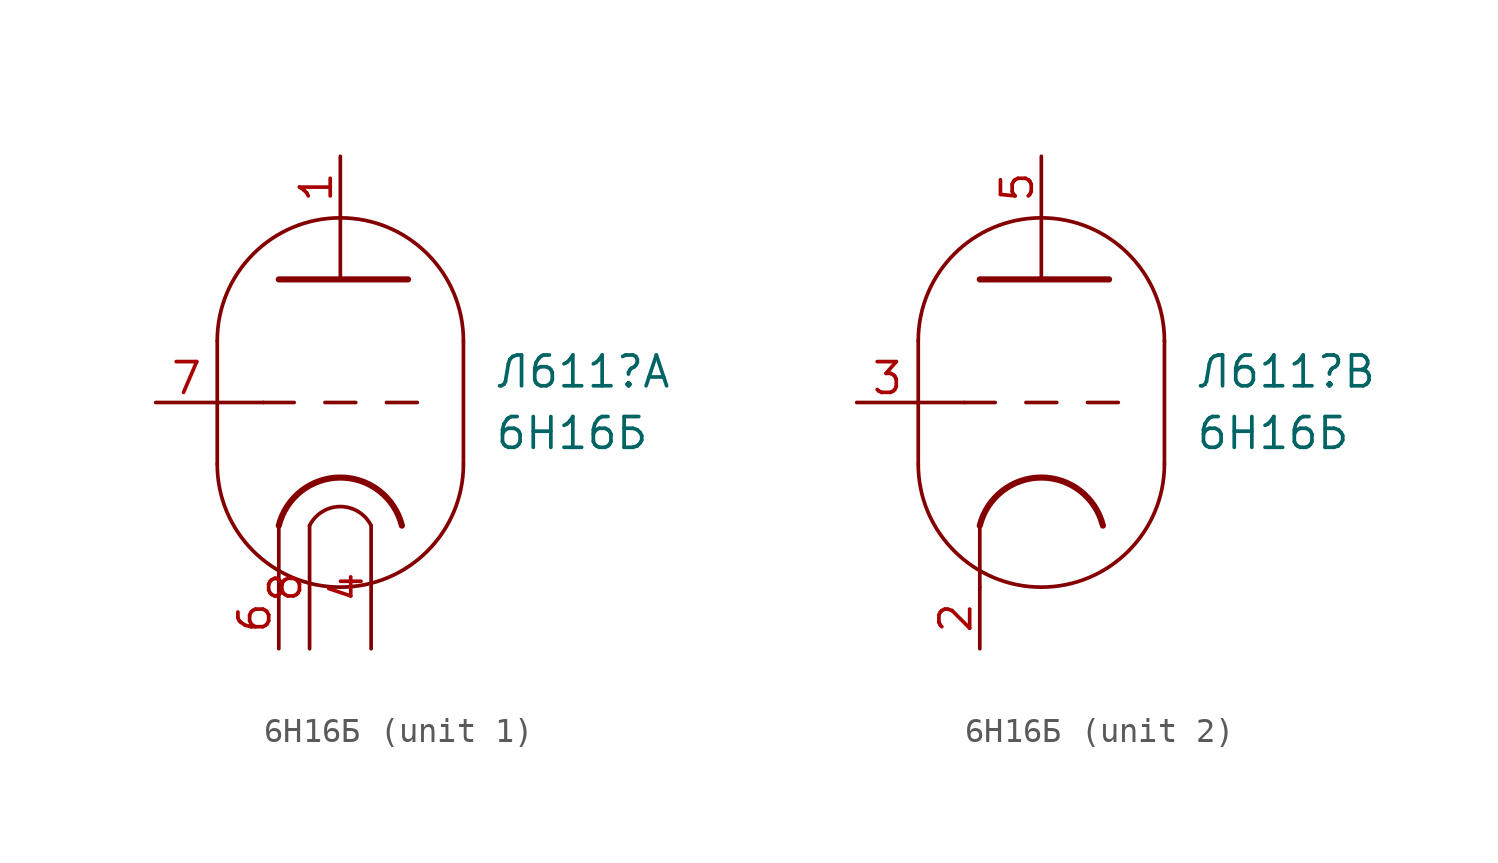
<source format=kicad_sym>
(kicad_symbol_lib
  (version 20220914)
  (generator kicad_symbol_editor)
  (symbol "6Н16Б"
    (pin_names
      (offset 0) hide)
    (property "Reference" "Л611"
      (at 6.35 1.27 0)
      (effects (font (size 1.27 1.27)) (justify left)))
    (property "Value" "6Н16Б"
      (at 6.35 -1.27 0)
      (effects (font (size 1.27 1.27)) (justify left)))
    (property "ki_locked" ""
      (at 0 0 0)
      (effects (font (size 1.27 1.27))))
    (symbol "6Н16Б_0_1"
      (arc (start -5.08 -2.54) (mid 0 -7.5979) (end 5.08 -2.54) (stroke (width 0) (type default)) (fill (type none)))
      (polyline (pts (xy 5.08 2.54) (xy 5.08 -2.54)) (stroke (width 0) (type default)) (fill (type none)))
      (polyline (pts (xy -5.08 2.54) (xy -5.08 -2.54) (xy -5.08 -2.54)) (stroke (width 0) (type default)) (fill (type none)))
      (arc (start 5.08 2.54) (mid 0 7.5979) (end -5.08 2.54) (stroke (width 0) (type default)) (fill (type none))))
    (symbol "6Н16Б_1_0"
      (polyline (pts (xy -2.54 -5.08) (xy -2.54 -7.62)) (stroke (width 0) (type default)) (fill (type none)))
      (polyline (pts (xy 0 5.08) (xy 0 7.62)) (stroke (width 0) (type default)) (fill (type none))))
    (symbol "6Н16Б_1_1"
      (polyline (pts (xy -5.08 0) (xy -3.175 0)) (stroke (width 0) (type default)) (fill (type none)))
      (polyline (pts (xy -1.905 0) (xy -3.175 0)) (stroke (width 0.152) (type default)) (fill (type none)))
      (polyline (pts (xy -0.635 0) (xy 0.635 0)) (stroke (width 0.152) (type default)) (fill (type none)))
      (polyline (pts (xy 1.905 0) (xy 3.175 0)) (stroke (width 0.152) (type default)) (fill (type none)))
      (polyline (pts (xy -2.54 5.08) (xy 2.794 5.08) (xy 2.794 5.08)) (stroke (width 0.254) (type default)) (fill (type none)))
      (arc (start 1.27 -5.08) (mid 0 -4.2951) (end -1.27 -5.08) (stroke (width 0) (type default)) (fill (type none)))
      (arc (start 2.54 -5.08) (mid 0 -3.0968) (end -2.54 -5.08) (stroke (width 0.254) (type default)) (fill (type none)))
      (pin output line (at 0 10.16 270) (length 2.54) (name "A" (effects (font (size 1.27 1.27)))) (number "1" (effects (font (size 1.27 1.27)))))
      (pin power_in line (at 1.27 -10.16 90) (length 5.08) (name "F1" (effects (font (size 1.27 1.27)))) (number "4" (effects (font (size 1.27 1.27)))))
      (pin bidirectional line (at -2.54 -10.16 90) (length 2.54) (name "K" (effects (font (size 1.27 1.27)))) (number "6" (effects (font (size 1.27 1.27)))))
      (pin input line (at -7.62 0 0) (length 2.54) (name "G" (effects (font (size 1.27 1.27)))) (number "7" (effects (font (size 1.27 1.27)))))
      (pin power_in line (at -1.27 -10.16 90) (length 5.08) (name "F1" (effects (font (size 1.27 1.27)))) (number "8" (effects (font (size 1.27 1.27))))))
    (symbol "6Н16Б_2_0"
      (polyline (pts (xy -2.54 -5.08) (xy -2.54 -7.62)) (stroke (width 0) (type default)) (fill (type none)))
      (polyline (pts (xy 0 5.08) (xy 0 7.62)) (stroke (width 0) (type default)) (fill (type none))))
    (symbol "6Н16Б_2_1"
      (polyline (pts (xy -5.08 0) (xy -3.175 0)) (stroke (width 0) (type default)) (fill (type none)))
      (polyline (pts (xy -1.905 0) (xy -3.175 0)) (stroke (width 0.152) (type default)) (fill (type none)))
      (polyline (pts (xy -0.635 0) (xy 0.635 0)) (stroke (width 0.152) (type default)) (fill (type none)))
      (polyline (pts (xy 1.905 0) (xy 3.175 0)) (stroke (width 0.152) (type default)) (fill (type none)))
      (polyline (pts (xy -2.54 5.08) (xy 2.794 5.08) (xy 2.794 5.08)) (stroke (width 0.254) (type default)) (fill (type none)))
      (arc (start 2.54 -5.08) (mid 0 -3.0968) (end -2.54 -5.08) (stroke (width 0.254) (type default)) (fill (type none)))
      (pin bidirectional line (at -2.54 -10.16 90) (length 2.54) (name "K" (effects (font (size 1.27 1.27)))) (number "2" (effects (font (size 1.27 1.27)))))
      (pin input line (at -7.62 0 0) (length 2.54) (name "G" (effects (font (size 1.27 1.27)))) (number "3" (effects (font (size 1.27 1.27)))))
      (pin output line (at 0 10.16 270) (length 2.54) (name "A" (effects (font (size 1.27 1.27)))) (number "5" (effects (font (size 1.27 1.27))))))))
</source>
